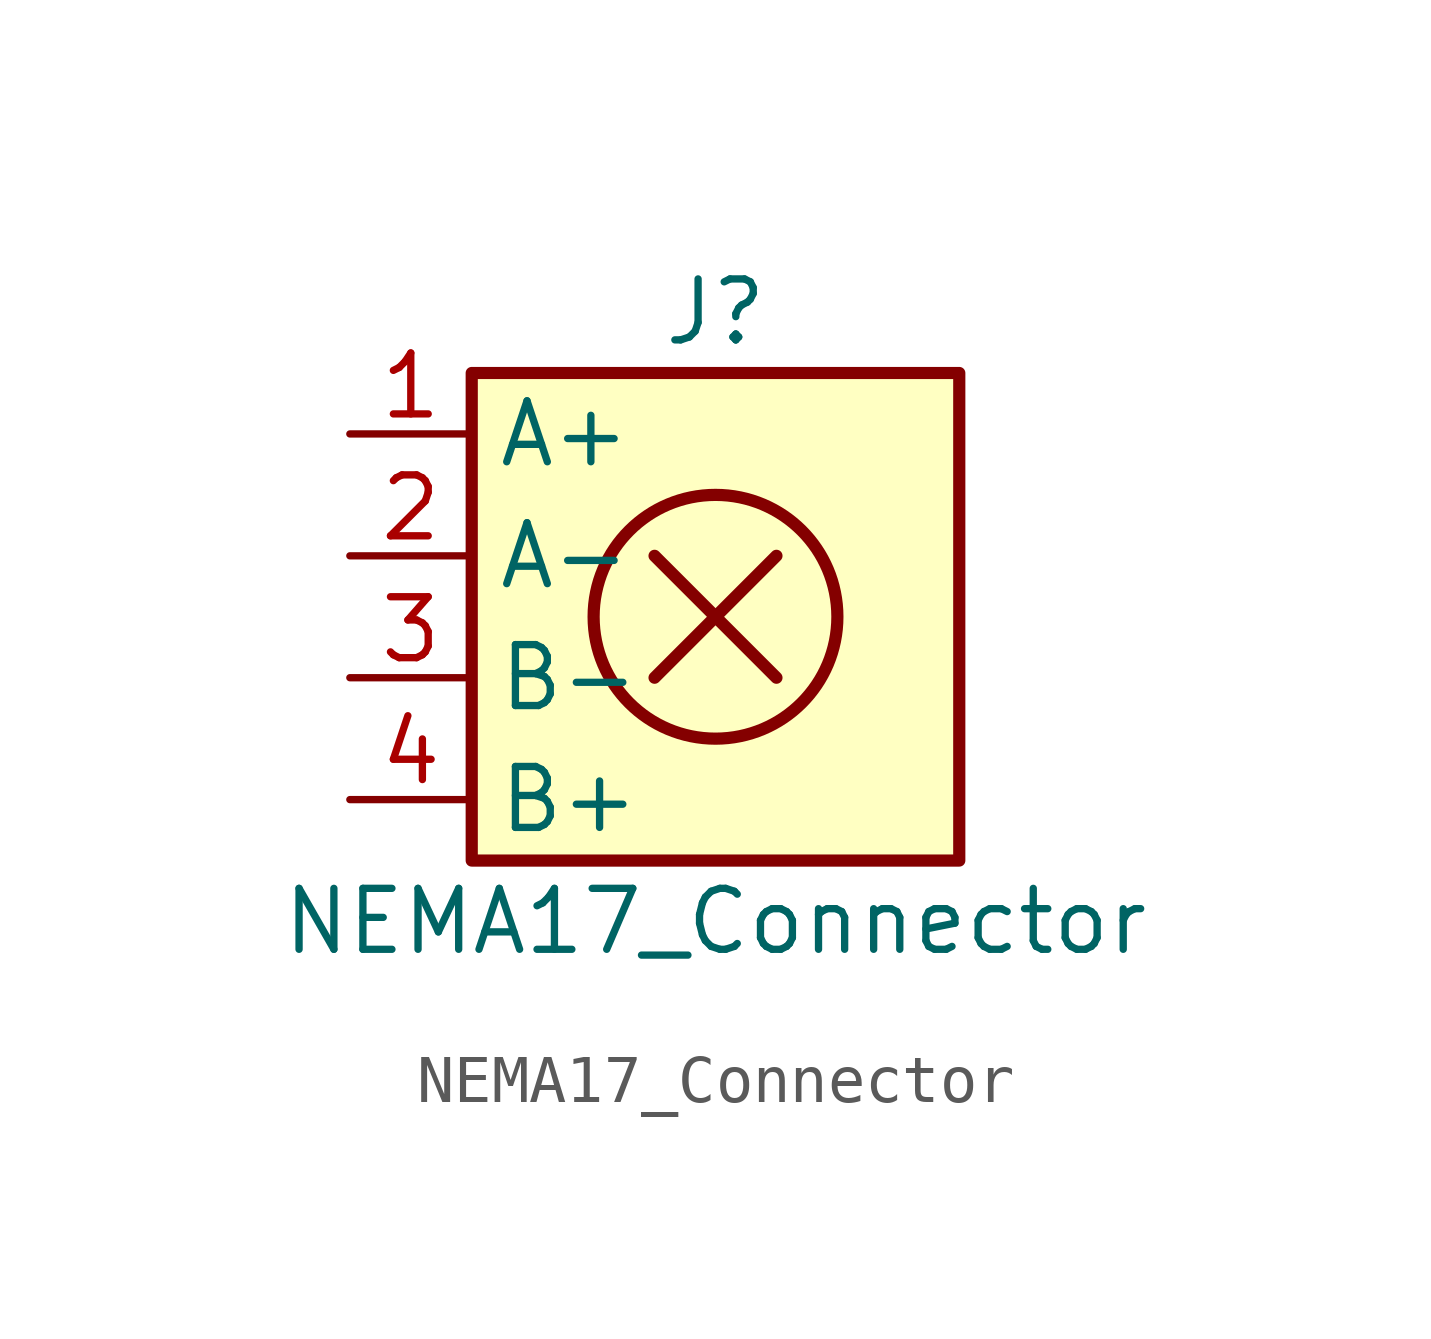
<source format=kicad_sym>
(kicad_symbol_lib
  (version 20231120)
  (generator "kicad_symbol_editor")
  (generator_version "8.0")
  (symbol "NEMA17_Connector"
    (property "Reference" "J"
      (at 0 6.35 0)
      (effects (font (size 1.27 1.27))))
    (property "Value" "NEMA17_Connector"
      (at 0 -6.35 0)
      (effects (font (size 1.27 1.27))))
    (symbol "NEMA17_Connector_0_1"
      (rectangle (start -5.08 5.08) (end 5.08 -5.08) (stroke (width 0.254) (type default)) (fill (type background)))
      (circle (center 0 0) (radius 2.54) (stroke (width 0.254) (type default)) (fill (type none)))
      (polyline (pts (xy -1.27 1.27) (xy 1.27 -1.27)) (stroke (width 0.254) (type default)) (fill (type none)))
      (polyline (pts (xy -1.27 -1.27) (xy 1.27 1.27)) (stroke (width 0.254) (type default)) (fill (type none))))
    (symbol "NEMA17_Connector_1_1"
      (pin passive line (at -7.62 3.81 0) (length 2.54) (name "A+" (effects (font (size 1.27 1.27)))) (number "1" (effects (font (size 1.27 1.27)))))
      (pin passive line (at -7.62 1.27 0) (length 2.54) (name "A-" (effects (font (size 1.27 1.27)))) (number "2" (effects (font (size 1.27 1.27)))))
      (pin passive line (at -7.62 -1.27 0) (length 2.54) (name "B-" (effects (font (size 1.27 1.27)))) (number "3" (effects (font (size 1.27 1.27)))))
      (pin passive line (at -7.62 -3.81 0) (length 2.54) (name "B+" (effects (font (size 1.27 1.27)))) (number "4" (effects (font (size 1.27 1.27))))))))
</source>
